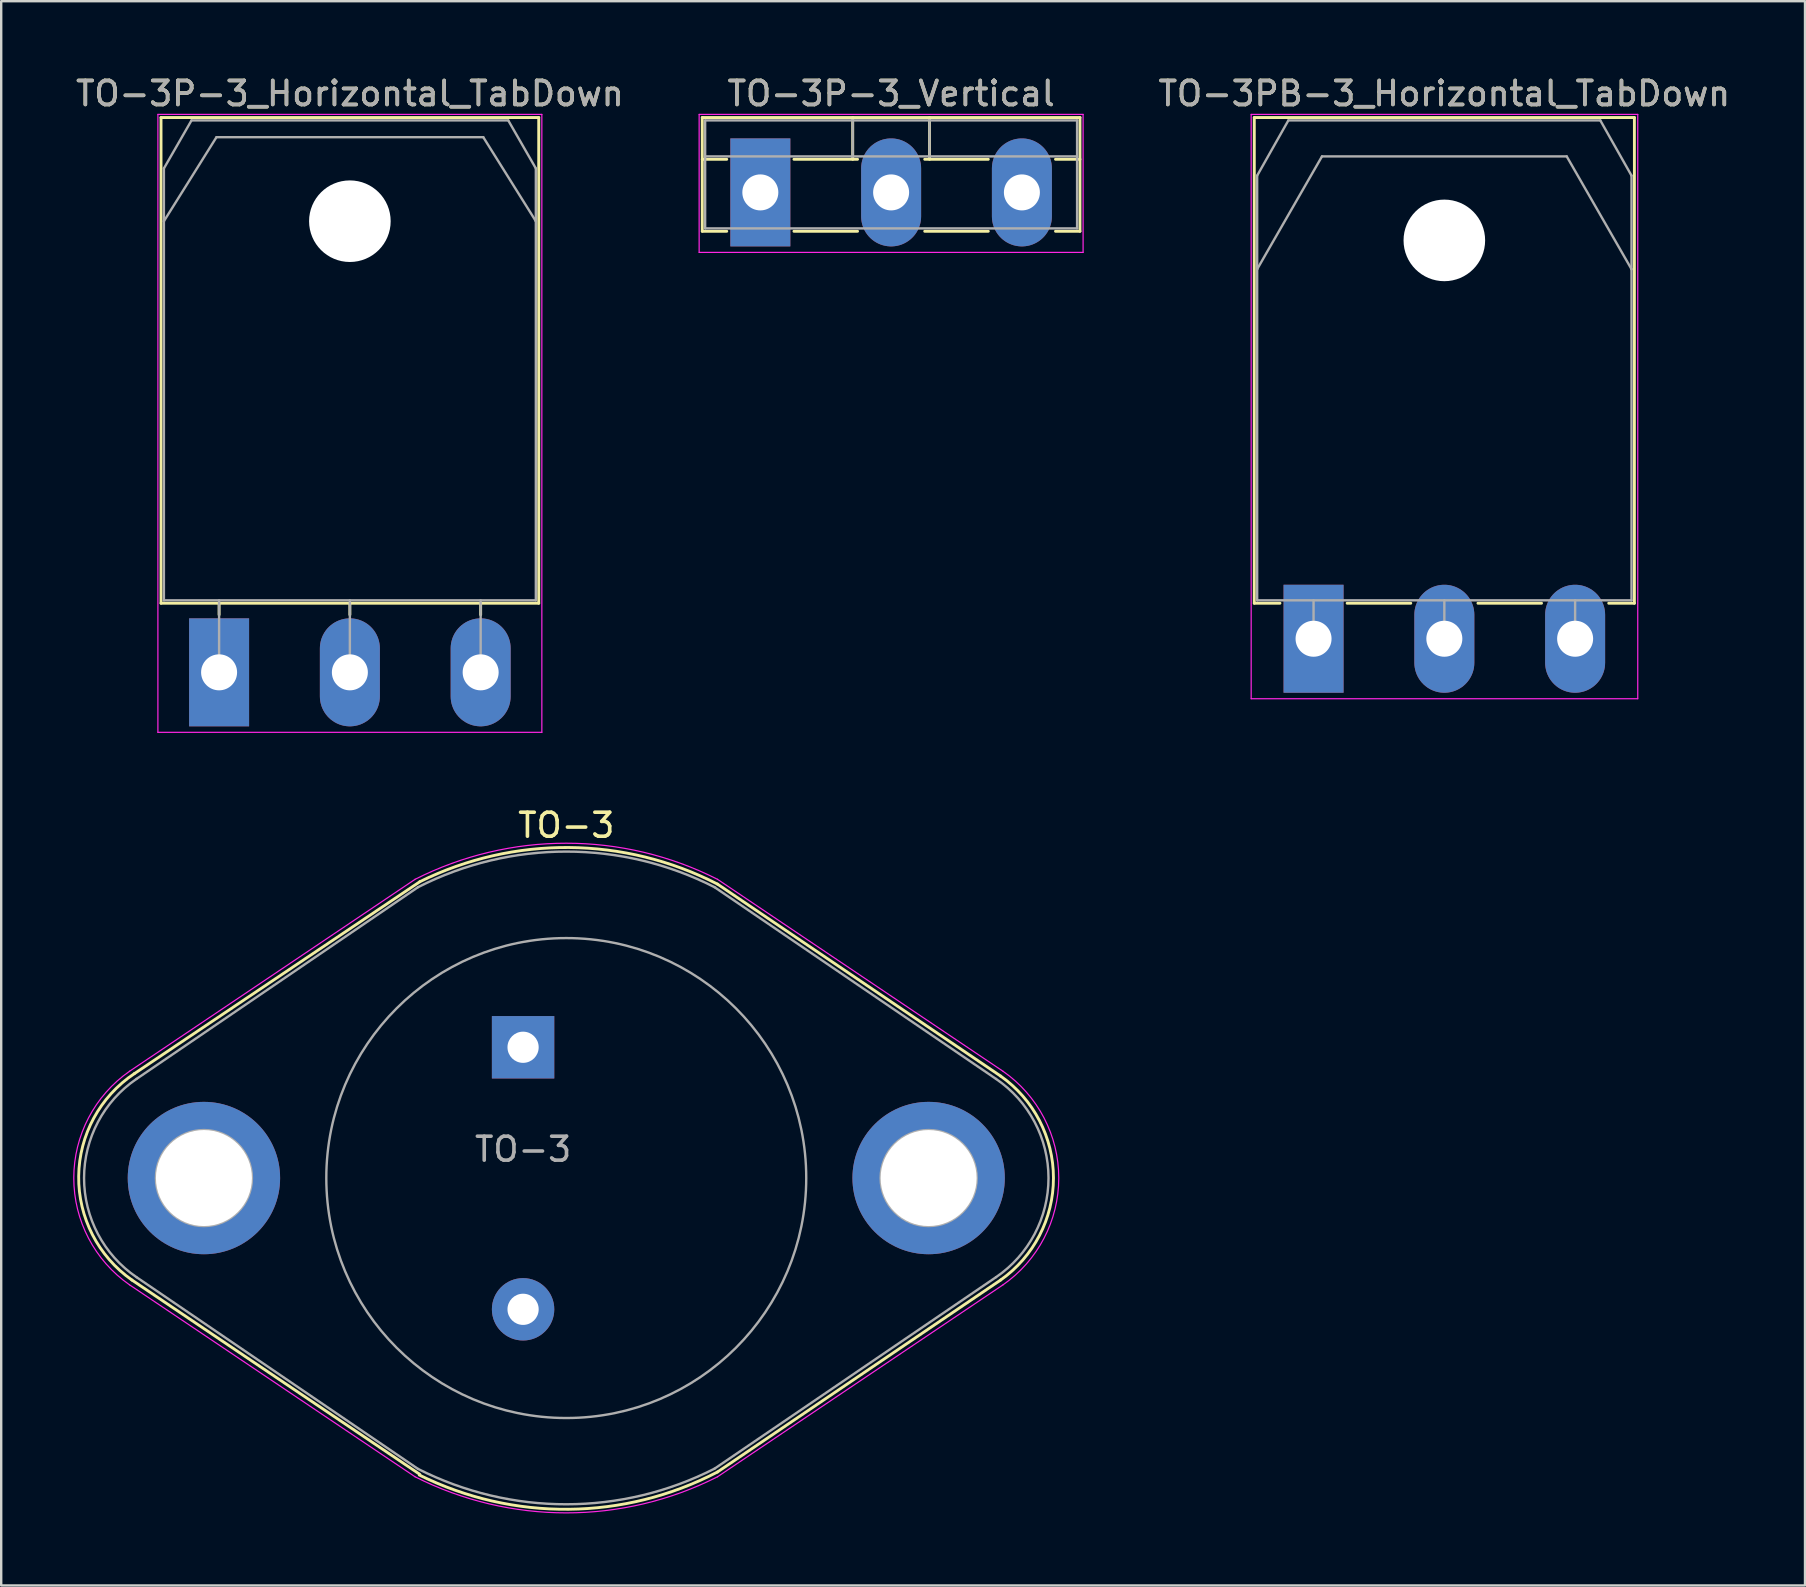
<source format=kicad_pcb>
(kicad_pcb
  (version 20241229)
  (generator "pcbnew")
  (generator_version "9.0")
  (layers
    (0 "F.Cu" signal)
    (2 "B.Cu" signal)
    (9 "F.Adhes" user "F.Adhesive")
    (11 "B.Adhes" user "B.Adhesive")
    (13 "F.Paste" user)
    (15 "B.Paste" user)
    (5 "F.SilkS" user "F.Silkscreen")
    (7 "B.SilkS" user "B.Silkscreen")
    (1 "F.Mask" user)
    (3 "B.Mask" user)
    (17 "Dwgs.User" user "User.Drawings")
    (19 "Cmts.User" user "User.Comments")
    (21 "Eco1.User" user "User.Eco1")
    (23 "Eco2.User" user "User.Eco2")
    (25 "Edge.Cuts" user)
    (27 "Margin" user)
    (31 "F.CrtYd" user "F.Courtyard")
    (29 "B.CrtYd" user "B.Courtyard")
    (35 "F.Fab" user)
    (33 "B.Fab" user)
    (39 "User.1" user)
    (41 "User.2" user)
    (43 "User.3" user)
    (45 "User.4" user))
  (footprint "TO-3"
    (layer "F.Cu")
    (at 18.748 40.592)
    (property "Reference" "TO-3" (at 1.8 -9.25 0) (layer "F.SilkS") (effects (font (size 1 1) (thickness 0.15))))
    (attr through_hole)
    (fp_line (start -4.3 -6.9) (end -16.2 1.1) (stroke (width 0.12) (type solid)) (layer "F.SilkS"))
    (fp_line (start -4.3 17.8) (end -16.3 9.7) (stroke (width 0.12) (type solid)) (layer "F.SilkS"))
    (fp_line (start 8.1 -6.8) (end 19.9 1.2) (stroke (width 0.12) (type solid)) (layer "F.SilkS"))
    (fp_line (start 8.1 17.7) (end 19.9 9.7) (stroke (width 0.12) (type solid)) (layer "F.SilkS"))
    (fp_arc (start -16.3 9.7) (mid -18.519226 5.373613) (end -16.2 1.1) (stroke (width 0.12) (type solid)) (layer "F.SilkS"))
    (fp_arc (start -4.3 -6.9) (mid 1.911888 -8.324079) (end 8.1 -6.8) (stroke (width 0.12) (type solid)) (layer "F.SilkS"))
    (fp_arc (start 8.1 17.7) (mid 1.90661 19.252956) (end -4.325 17.825) (stroke (width 0.12) (type solid)) (layer "F.SilkS"))
    (fp_arc (start 19.9 1.2) (mid 22.102158 5.45) (end 19.9 9.7) (stroke (width 0.12) (type solid)) (layer "F.SilkS"))
    (fp_line (start -4.5 -7) (end -16.4 1) (stroke (width 0.05) (type solid)) (layer "F.CrtYd"))
    (fp_line (start -4.5 17.9) (end -16.4 9.9) (stroke (width 0.05) (type solid)) (layer "F.CrtYd"))
    (fp_line (start 8.1 -7) (end 20 1) (stroke (width 0.05) (type solid)) (layer "F.CrtYd"))
    (fp_line (start 8.1 17.9) (end 20 9.9) (stroke (width 0.05) (type solid)) (layer "F.CrtYd"))
    (fp_arc (start -16.4 9.9) (mid -18.723326 5.45) (end -16.4 1) (stroke (width 0.05) (type solid)) (layer "F.CrtYd"))
    (fp_arc (start -4.5 -7) (mid 1.8 -8.503225) (end 8.1 -7) (stroke (width 0.05) (type solid)) (layer "F.CrtYd"))
    (fp_arc (start 8.1 17.9) (mid 1.8 19.403223) (end -4.5 17.9) (stroke (width 0.05) (type solid)) (layer "F.CrtYd"))
    (fp_arc (start 20 1) (mid 22.323325 5.45) (end 20 9.9) (stroke (width 0.05) (type solid)) (layer "F.CrtYd"))
    (fp_line (start -4.38 -6.67) (end -16.11 1.32) (stroke (width 0.1) (type solid)) (layer "F.Fab"))
    (fp_line (start -4.38 17.57) (end -16.11 9.58) (stroke (width 0.1) (type solid)) (layer "F.Fab"))
    (fp_line (start 7.98 -6.67) (end 19.71 1.32) (stroke (width 0.1) (type solid)) (layer "F.Fab"))
    (fp_line (start 7.98 17.56) (end 19.71 9.58) (stroke (width 0.1) (type solid)) (layer "F.Fab"))
    (fp_arc (start -16.11 9.58) (mid -18.295292 5.45) (end -16.11 1.32) (stroke (width 0.1) (type solid)) (layer "F.Fab"))
    (fp_arc (start -4.38 -6.67) (mid 1.8 -8.154661) (end 7.98 -6.67) (stroke (width 0.1) (type solid)) (layer "F.Fab"))
    (fp_arc (start 7.98 17.56) (mid 1.801197 19.045069) (end -4.38 17.57) (stroke (width 0.1) (type solid)) (layer "F.Fab"))
    (fp_arc (start 19.71 1.32) (mid 21.895289 5.45) (end 19.71 9.58) (stroke (width 0.1) (type solid)) (layer "F.Fab"))
    (fp_circle (center -13.3 5.45) (end -15.3 5.45) (stroke (width 0.1) (type solid)) (fill no) (layer "F.Fab"))
    (fp_circle (center 1.8 5.45) (end 11.8 5.45) (stroke (width 0.1) (type solid)) (fill no) (layer "F.Fab"))
    (fp_circle (center 16.9 5.45) (end 18.9 5.45) (stroke (width 0.1) (type solid)) (fill no) (layer "F.Fab"))
    (fp_text user "${REFERENCE}" (at 0 4.25 0) (layer "F.Fab") (effects (font (size 1 1) (thickness 0.15))))
    (pad "1" thru_hole rect (at 0 0) (size 2.6 2.6) (drill 1.3) (layers "*.Cu" "*.Mask"))
    (pad "2" thru_hole circle (at 0 10.92) (size 2.6 2.6) (drill 1.3) (layers "*.Cu" "*.Mask"))
    (pad "3" thru_hole circle (at -13.3 5.45) (size 6.35 6.35) (drill 4) (layers "*.Cu" "*.Mask"))
    (pad "3" thru_hole circle (at 16.9 5.45) (size 6.35 6.35) (drill 4) (layers "*.Cu" "*.Mask")))
  (footprint "TO-3P-3_Horizontal_TabDown"
    (layer "F.Cu")
    (at 6.08 24.968)
    (property "Reference" "TO-3P-3_Horizontal_TabDown" (at 5.45 -24.12 0) (layer "F.SilkS") (effects (font (size 1 1) (thickness 0.15))))
    (attr through_hole)
    (fp_line (start -2.42 -23.12) (end -2.42 -2.88) (stroke (width 0.12) (type solid)) (layer "F.SilkS"))
    (fp_line (start -2.42 -23.12) (end 13.32 -23.12) (stroke (width 0.12) (type solid)) (layer "F.SilkS"))
    (fp_line (start -2.42 -2.88) (end 13.32 -2.88) (stroke (width 0.12) (type solid)) (layer "F.SilkS"))
    (fp_line (start 0 -2.88) (end 0 -2.4) (stroke (width 0.12) (type solid)) (layer "F.SilkS"))
    (fp_line (start 5.45 -2.88) (end 5.45 -2.4) (stroke (width 0.12) (type solid)) (layer "F.SilkS"))
    (fp_line (start 10.9 -2.88) (end 10.9 -2.4) (stroke (width 0.12) (type solid)) (layer "F.SilkS"))
    (fp_line (start 13.32 -23.12) (end 13.32 -2.88) (stroke (width 0.12) (type solid)) (layer "F.SilkS"))
    (fp_line (start -2.55 -23.25) (end -2.55 2.5) (stroke (width 0.05) (type solid)) (layer "F.CrtYd"))
    (fp_line (start -2.55 2.5) (end 13.45 2.5) (stroke (width 0.05) (type solid)) (layer "F.CrtYd"))
    (fp_line (start 13.45 -23.25) (end -2.55 -23.25) (stroke (width 0.05) (type solid)) (layer "F.CrtYd"))
    (fp_line (start 13.45 2.5) (end 13.45 -23.25) (stroke (width 0.05) (type solid)) (layer "F.CrtYd"))
    (fp_line (start -2.3 -21) (end -1.15 -23) (stroke (width 0.1) (type solid)) (layer "F.Fab"))
    (fp_line (start -2.3 -18.8) (end -2.3 -21) (stroke (width 0.1) (type solid)) (layer "F.Fab"))
    (fp_line (start -2.3 -18.8) (end -0.11 -22.3) (stroke (width 0.1) (type solid)) (layer "F.Fab"))
    (fp_line (start -2.3 -3) (end -2.3 -18.8) (stroke (width 0.1) (type solid)) (layer "F.Fab"))
    (fp_line (start -1.15 -23) (end 12.05 -23) (stroke (width 0.1) (type solid)) (layer "F.Fab"))
    (fp_line (start -0.11 -22.3) (end 11.01 -22.3) (stroke (width 0.1) (type solid)) (layer "F.Fab"))
    (fp_line (start 0 -3) (end 0 0) (stroke (width 0.1) (type solid)) (layer "F.Fab"))
    (fp_line (start 5.45 -3) (end 5.45 0) (stroke (width 0.1) (type solid)) (layer "F.Fab"))
    (fp_line (start 10.9 -3) (end 10.9 0) (stroke (width 0.1) (type solid)) (layer "F.Fab"))
    (fp_line (start 11.01 -22.3) (end 13.2 -18.8) (stroke (width 0.1) (type solid)) (layer "F.Fab"))
    (fp_line (start 12.05 -23) (end 13.2 -21) (stroke (width 0.1) (type solid)) (layer "F.Fab"))
    (fp_line (start 13.2 -21) (end 13.2 -18.8) (stroke (width 0.1) (type solid)) (layer "F.Fab"))
    (fp_line (start 13.2 -18.8) (end 13.2 -3) (stroke (width 0.1) (type solid)) (layer "F.Fab"))
    (fp_line (start 13.2 -3) (end -2.3 -3) (stroke (width 0.1) (type solid)) (layer "F.Fab"))
    (fp_circle (center 5.45 -18.8) (end 7.05 -18.8) (stroke (width 0.1) (type solid)) (fill no) (layer "F.Fab"))
    (fp_text user "${REFERENCE}" (at 5.45 -24.12 0) (layer "F.Fab") (effects (font (size 1 1) (thickness 0.15))))
    (pad "" np_thru_hole oval (at 5.45 -18.8) (size 3.4 3.4) (drill 3.4) (layers "*.Cu" "*.Mask"))
    (pad "1" thru_hole rect (at 0 0) (size 2.5 4.5) (drill 1.5) (layers "*.Cu" "*.Mask"))
    (pad "2" thru_hole oval (at 5.45 0) (size 2.5 4.5) (drill 1.5) (layers "*.Cu" "*.Mask"))
    (pad "3" thru_hole oval (at 10.9 0) (size 2.5 4.5) (drill 1.5) (layers "*.Cu" "*.Mask")))
  (footprint "TO-3P-3_Vertical"
    (layer "F.Cu")
    (at 28.635 4.968)
    (property "Reference" "TO-3P-3_Vertical" (at 5.45 -4.12 0) (layer "F.SilkS") (effects (font (size 1 1) (thickness 0.15))))
    (attr through_hole)
    (fp_line (start -2.42 -3.12) (end -2.42 1.62) (stroke (width 0.12) (type solid)) (layer "F.SilkS"))
    (fp_line (start -2.42 -3.12) (end 13.32 -3.12) (stroke (width 0.12) (type solid)) (layer "F.SilkS"))
    (fp_line (start -2.42 -1.38) (end -1.4 -1.38) (stroke (width 0.12) (type solid)) (layer "F.SilkS"))
    (fp_line (start -2.42 1.62) (end -1.4 1.62) (stroke (width 0.12) (type solid)) (layer "F.SilkS"))
    (fp_line (start 1.4 -1.38) (end 4.051 -1.38) (stroke (width 0.12) (type solid)) (layer "F.SilkS"))
    (fp_line (start 1.4 1.62) (end 4.051 1.62) (stroke (width 0.12) (type solid)) (layer "F.SilkS"))
    (fp_line (start 3.85 -3.12) (end 3.85 -1.38) (stroke (width 0.12) (type solid)) (layer "F.SilkS"))
    (fp_line (start 6.85 -1.38) (end 9.5 -1.38) (stroke (width 0.12) (type solid)) (layer "F.SilkS"))
    (fp_line (start 6.85 1.62) (end 9.5 1.62) (stroke (width 0.12) (type solid)) (layer "F.SilkS"))
    (fp_line (start 7.051 -3.12) (end 7.051 -1.38) (stroke (width 0.12) (type solid)) (layer "F.SilkS"))
    (fp_line (start 12.3 -1.38) (end 13.32 -1.38) (stroke (width 0.12) (type solid)) (layer "F.SilkS"))
    (fp_line (start 12.3 1.62) (end 13.32 1.62) (stroke (width 0.12) (type solid)) (layer "F.SilkS"))
    (fp_line (start 13.32 -3.12) (end 13.32 1.62) (stroke (width 0.12) (type solid)) (layer "F.SilkS"))
    (fp_line (start -2.55 -3.25) (end -2.55 2.5) (stroke (width 0.05) (type solid)) (layer "F.CrtYd"))
    (fp_line (start -2.55 2.5) (end 13.45 2.5) (stroke (width 0.05) (type solid)) (layer "F.CrtYd"))
    (fp_line (start 13.45 -3.25) (end -2.55 -3.25) (stroke (width 0.05) (type solid)) (layer "F.CrtYd"))
    (fp_line (start 13.45 2.5) (end 13.45 -3.25) (stroke (width 0.05) (type solid)) (layer "F.CrtYd"))
    (fp_line (start -2.3 -3) (end -2.3 1.5) (stroke (width 0.1) (type solid)) (layer "F.Fab"))
    (fp_line (start -2.3 -1.5) (end 13.2 -1.5) (stroke (width 0.1) (type solid)) (layer "F.Fab"))
    (fp_line (start -2.3 1.5) (end 13.2 1.5) (stroke (width 0.1) (type solid)) (layer "F.Fab"))
    (fp_line (start 3.85 -3) (end 3.85 -1.5) (stroke (width 0.1) (type solid)) (layer "F.Fab"))
    (fp_line (start 7.05 -3) (end 7.05 -1.5) (stroke (width 0.1) (type solid)) (layer "F.Fab"))
    (fp_line (start 13.2 -3) (end -2.3 -3) (stroke (width 0.1) (type solid)) (layer "F.Fab"))
    (fp_line (start 13.2 1.5) (end 13.2 -3) (stroke (width 0.1) (type solid)) (layer "F.Fab"))
    (fp_text user "${REFERENCE}" (at 5.45 -4.12 0) (layer "F.Fab") (effects (font (size 1 1) (thickness 0.15))))
    (pad "1" thru_hole rect (at 0 0) (size 2.5 4.5) (drill 1.5) (layers "*.Cu" "*.Mask"))
    (pad "2" thru_hole oval (at 5.45 0) (size 2.5 4.5) (drill 1.5) (layers "*.Cu" "*.Mask"))
    (pad "3" thru_hole oval (at 10.9 0) (size 2.5 4.5) (drill 1.5) (layers "*.Cu" "*.Mask")))
  (footprint "TO-3PB-3_Horizontal_TabDown"
    (layer "F.Cu")
    (at 51.689 23.568)
    (property "Reference" "TO-3PB-3_Horizontal_TabDown" (at 5.45 -22.72 0) (layer "F.SilkS") (effects (font (size 1 1) (thickness 0.15))))
    (attr through_hole)
    (fp_line (start -2.47 -21.72) (end -2.47 -1.48) (stroke (width 0.12) (type solid)) (layer "F.SilkS"))
    (fp_line (start -2.47 -21.72) (end 13.37 -21.72) (stroke (width 0.12) (type solid)) (layer "F.SilkS"))
    (fp_line (start -2.47 -1.48) (end -1.4 -1.48) (stroke (width 0.12) (type solid)) (layer "F.SilkS"))
    (fp_line (start 1.4 -1.48) (end 4.051 -1.48) (stroke (width 0.12) (type solid)) (layer "F.SilkS"))
    (fp_line (start 6.85 -1.48) (end 9.5 -1.48) (stroke (width 0.12) (type solid)) (layer "F.SilkS"))
    (fp_line (start 12.3 -1.48) (end 13.37 -1.48) (stroke (width 0.12) (type solid)) (layer "F.SilkS"))
    (fp_line (start 13.37 -21.72) (end 13.37 -1.48) (stroke (width 0.12) (type solid)) (layer "F.SilkS"))
    (fp_line (start -2.6 -21.85) (end -2.6 2.5) (stroke (width 0.05) (type solid)) (layer "F.CrtYd"))
    (fp_line (start -2.6 2.5) (end 13.51 2.5) (stroke (width 0.05) (type solid)) (layer "F.CrtYd"))
    (fp_line (start 13.51 -21.85) (end -2.6 -21.85) (stroke (width 0.05) (type solid)) (layer "F.CrtYd"))
    (fp_line (start 13.51 2.5) (end 13.51 -21.85) (stroke (width 0.05) (type solid)) (layer "F.CrtYd"))
    (fp_line (start -2.35 -19.3) (end -1.05 -21.6) (stroke (width 0.1) (type solid)) (layer "F.Fab"))
    (fp_line (start -2.35 -15.401) (end -2.35 -19.3) (stroke (width 0.1) (type solid)) (layer "F.Fab"))
    (fp_line (start -2.35 -15.401) (end 0.351 -20.1) (stroke (width 0.1) (type solid)) (layer "F.Fab"))
    (fp_line (start -2.35 -1.6) (end -2.35 -15.401) (stroke (width 0.1) (type solid)) (layer "F.Fab"))
    (fp_line (start -1.05 -21.6) (end 11.95 -21.6) (stroke (width 0.1) (type solid)) (layer "F.Fab"))
    (fp_line (start 0 -1.6) (end 0 0) (stroke (width 0.1) (type solid)) (layer "F.Fab"))
    (fp_line (start 0.351 -20.1) (end 10.55 -20.1) (stroke (width 0.1) (type solid)) (layer "F.Fab"))
    (fp_line (start 5.45 -1.6) (end 5.45 0) (stroke (width 0.1) (type solid)) (layer "F.Fab"))
    (fp_line (start 10.55 -20.1) (end 13.25 -15.401) (stroke (width 0.1) (type solid)) (layer "F.Fab"))
    (fp_line (start 10.9 -1.6) (end 10.9 0) (stroke (width 0.1) (type solid)) (layer "F.Fab"))
    (fp_line (start 11.95 -21.6) (end 13.25 -19.3) (stroke (width 0.1) (type solid)) (layer "F.Fab"))
    (fp_line (start 13.25 -19.3) (end 13.25 -15.401) (stroke (width 0.1) (type solid)) (layer "F.Fab"))
    (fp_line (start 13.25 -15.401) (end 13.25 -1.6) (stroke (width 0.1) (type solid)) (layer "F.Fab"))
    (fp_line (start 13.25 -1.6) (end -2.35 -1.6) (stroke (width 0.1) (type solid)) (layer "F.Fab"))
    (fp_circle (center 5.45 -16.6) (end 7.05 -16.6) (stroke (width 0.1) (type solid)) (fill no) (layer "F.Fab"))
    (fp_text user "${REFERENCE}" (at 5.45 -22.72 0) (layer "F.Fab") (effects (font (size 1 1) (thickness 0.15))))
    (pad "" np_thru_hole oval (at 5.45 -16.6) (size 3.4 3.4) (drill 3.4) (layers "*.Cu" "*.Mask"))
    (pad "1" thru_hole rect (at 0 0) (size 2.5 4.5) (drill 1.5) (layers "*.Cu" "*.Mask"))
    (pad "2" thru_hole oval (at 5.45 0) (size 2.5 4.5) (drill 1.5) (layers "*.Cu" "*.Mask"))
    (pad "3" thru_hole oval (at 10.9 0) (size 2.5 4.5) (drill 1.5) (layers "*.Cu" "*.Mask")))
  (gr_rect
    (start -3 -3)
    (end 72.169 63.02)
    (stroke (width 0.1) (type default))
    (fill no)
    (layer "Edge.Cuts")))
</source>
